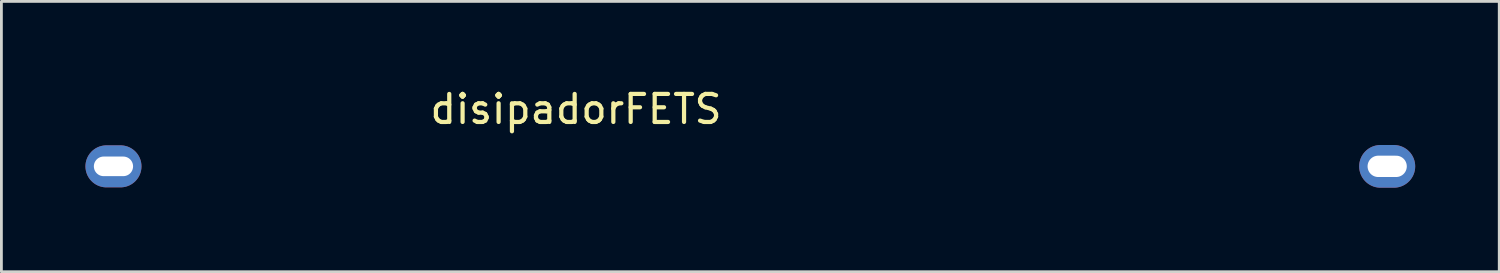
<source format=kicad_pcb>
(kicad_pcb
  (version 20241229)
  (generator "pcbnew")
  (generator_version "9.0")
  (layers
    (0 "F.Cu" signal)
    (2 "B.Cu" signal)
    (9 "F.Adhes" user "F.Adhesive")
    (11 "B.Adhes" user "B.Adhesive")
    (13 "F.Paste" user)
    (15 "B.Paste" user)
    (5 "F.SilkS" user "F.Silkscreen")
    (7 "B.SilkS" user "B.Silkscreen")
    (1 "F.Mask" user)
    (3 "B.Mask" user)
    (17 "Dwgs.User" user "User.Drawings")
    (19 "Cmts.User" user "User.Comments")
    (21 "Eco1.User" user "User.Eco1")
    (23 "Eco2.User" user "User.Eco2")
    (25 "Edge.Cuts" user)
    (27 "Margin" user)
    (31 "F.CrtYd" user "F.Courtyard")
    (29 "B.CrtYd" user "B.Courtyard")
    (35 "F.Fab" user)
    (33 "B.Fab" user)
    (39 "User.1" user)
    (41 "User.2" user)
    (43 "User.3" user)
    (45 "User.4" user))
  (footprint "disipadorFETS"
    (layer "F.Cu")
    (at 17.51 0.348)
    (property "Reference" "disipadorFETS" (at 0 0.5 0) (layer "F.SilkS") (effects (font (size 1 1) (thickness 0.15))))
    (attr through_hole)
    (pad "1" thru_hole oval (at -16.51 2.54) (size 2 1.5) (drill oval 1.4 0.7) (layers "*.Cu" "*.Mask"))
    (pad "2" thru_hole oval (at 28.956 2.54) (size 2 1.524) (drill oval 1.4 0.762) (layers "*.Cu" "*.Mask")))
  (gr_rect
    (start -3 -3)
    (end 50.466 6.65)
    (stroke (width 0.1) (type default))
    (fill no)
    (layer "Edge.Cuts")))
</source>
